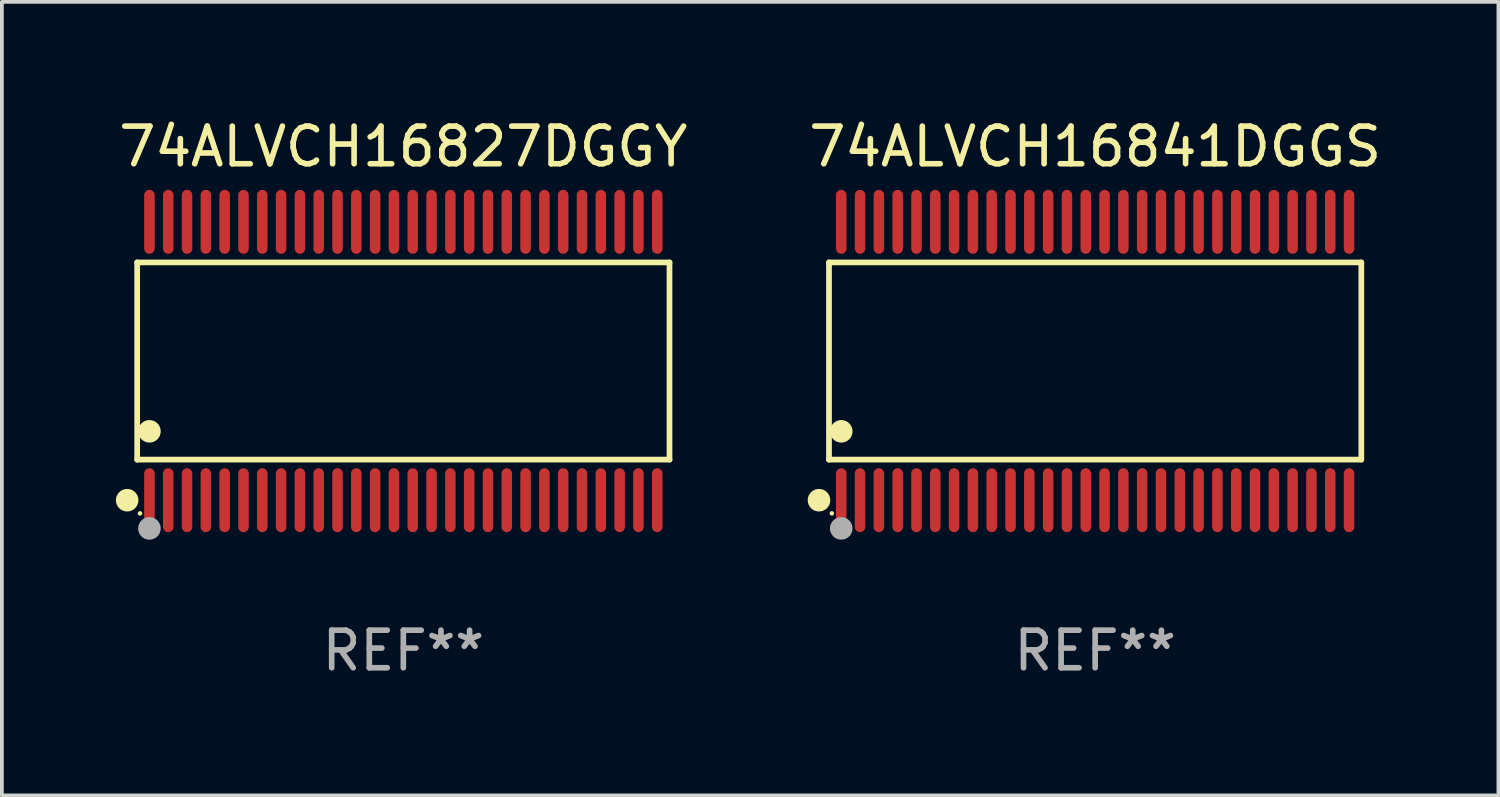
<source format=kicad_pcb>
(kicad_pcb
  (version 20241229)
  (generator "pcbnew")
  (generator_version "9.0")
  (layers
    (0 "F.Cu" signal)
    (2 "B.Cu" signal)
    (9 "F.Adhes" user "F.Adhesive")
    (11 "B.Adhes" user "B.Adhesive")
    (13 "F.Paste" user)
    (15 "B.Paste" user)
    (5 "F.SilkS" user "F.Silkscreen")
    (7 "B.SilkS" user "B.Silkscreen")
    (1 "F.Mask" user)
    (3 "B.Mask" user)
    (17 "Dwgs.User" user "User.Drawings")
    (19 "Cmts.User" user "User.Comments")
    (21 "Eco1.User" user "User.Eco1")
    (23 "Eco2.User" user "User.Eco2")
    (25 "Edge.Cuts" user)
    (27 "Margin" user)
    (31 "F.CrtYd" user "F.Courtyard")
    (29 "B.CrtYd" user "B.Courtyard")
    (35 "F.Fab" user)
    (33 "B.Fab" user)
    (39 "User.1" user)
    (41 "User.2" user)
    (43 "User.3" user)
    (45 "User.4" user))
  (footprint "74ALVCH16827DGGY"
    (layer "F.Cu")
    (at 7.673 6.548)
    (property "Reference" "74ALVCH16827DGGY" (at 0 -5.7 0) (layer "F.SilkS") (effects (font (size 1 1) (thickness 0.15))))
    (attr through_hole)
    (fp_line (start -7.076 -2.621) (end 7.076 -2.621) (stroke (width 0.152) (type solid)) (layer "F.SilkS"))
    (fp_line (start -7.076 2.621) (end -7.076 -2.621) (stroke (width 0.152) (type solid)) (layer "F.SilkS"))
    (fp_line (start 7.076 -2.621) (end 7.076 2.621) (stroke (width 0.152) (type solid)) (layer "F.SilkS"))
    (fp_line (start 7.076 2.621) (end -7.076 2.621) (stroke (width 0.152) (type solid)) (layer "F.SilkS"))
    (fp_circle (center -7.342 3.7) (end -7.192 3.7) (stroke (width 0.3) (type solid)) (fill no) (layer "F.SilkS"))
    (fp_circle (center -7 4.05) (end -6.97 4.05) (stroke (width 0.06) (type solid)) (fill no) (layer "F.SilkS"))
    (fp_circle (center -6.75 1.869) (end -6.6 1.869) (stroke (width 0.3) (type solid)) (fill no) (layer "F.SilkS"))
    (fp_circle (center -6.75 4.45) (end -6.6 4.45) (stroke (width 0.3) (type solid)) (fill no) (layer "F.Fab"))
    (fp_text user "REF**" (at 0 7.7 0) (layer "F.Fab") (effects (font (size 1 1) (thickness 0.15))))
    (pad "1" smd oval (at -6.75 3.7) (size 0.28 1.7) (layers "F.Cu" "F.Mask" "F.Paste"))
    (pad "2" smd oval (at -6.25 3.7) (size 0.28 1.7) (layers "F.Cu" "F.Mask" "F.Paste"))
    (pad "3" smd oval (at -5.75 3.7) (size 0.28 1.7) (layers "F.Cu" "F.Mask" "F.Paste"))
    (pad "4" smd oval (at -5.25 3.7) (size 0.28 1.7) (layers "F.Cu" "F.Mask" "F.Paste"))
    (pad "5" smd oval (at -4.75 3.7) (size 0.28 1.7) (layers "F.Cu" "F.Mask" "F.Paste"))
    (pad "6" smd oval (at -4.25 3.7) (size 0.28 1.7) (layers "F.Cu" "F.Mask" "F.Paste"))
    (pad "7" smd oval (at -3.75 3.7) (size 0.28 1.7) (layers "F.Cu" "F.Mask" "F.Paste"))
    (pad "8" smd oval (at -3.25 3.7) (size 0.28 1.7) (layers "F.Cu" "F.Mask" "F.Paste"))
    (pad "9" smd oval (at -2.75 3.7) (size 0.28 1.7) (layers "F.Cu" "F.Mask" "F.Paste"))
    (pad "10" smd oval (at -2.25 3.7) (size 0.28 1.7) (layers "F.Cu" "F.Mask" "F.Paste"))
    (pad "11" smd oval (at -1.75 3.7) (size 0.28 1.7) (layers "F.Cu" "F.Mask" "F.Paste"))
    (pad "12" smd oval (at -1.25 3.7) (size 0.28 1.7) (layers "F.Cu" "F.Mask" "F.Paste"))
    (pad "13" smd oval (at -0.75 3.7) (size 0.28 1.7) (layers "F.Cu" "F.Mask" "F.Paste"))
    (pad "14" smd oval (at -0.25 3.7) (size 0.28 1.7) (layers "F.Cu" "F.Mask" "F.Paste"))
    (pad "15" smd oval (at 0.25 3.7) (size 0.28 1.7) (layers "F.Cu" "F.Mask" "F.Paste"))
    (pad "16" smd oval (at 0.75 3.7) (size 0.28 1.7) (layers "F.Cu" "F.Mask" "F.Paste"))
    (pad "17" smd oval (at 1.25 3.7) (size 0.28 1.7) (layers "F.Cu" "F.Mask" "F.Paste"))
    (pad "18" smd oval (at 1.75 3.7) (size 0.28 1.7) (layers "F.Cu" "F.Mask" "F.Paste"))
    (pad "19" smd oval (at 2.25 3.7) (size 0.28 1.7) (layers "F.Cu" "F.Mask" "F.Paste"))
    (pad "20" smd oval (at 2.75 3.7) (size 0.28 1.7) (layers "F.Cu" "F.Mask" "F.Paste"))
    (pad "21" smd oval (at 3.25 3.7) (size 0.28 1.7) (layers "F.Cu" "F.Mask" "F.Paste"))
    (pad "22" smd oval (at 3.75 3.7) (size 0.28 1.7) (layers "F.Cu" "F.Mask" "F.Paste"))
    (pad "23" smd oval (at 4.25 3.7) (size 0.28 1.7) (layers "F.Cu" "F.Mask" "F.Paste"))
    (pad "24" smd oval (at 4.75 3.7) (size 0.28 1.7) (layers "F.Cu" "F.Mask" "F.Paste"))
    (pad "25" smd oval (at 5.25 3.7) (size 0.28 1.7) (layers "F.Cu" "F.Mask" "F.Paste"))
    (pad "26" smd oval (at 5.75 3.7) (size 0.28 1.7) (layers "F.Cu" "F.Mask" "F.Paste"))
    (pad "27" smd oval (at 6.25 3.7) (size 0.28 1.7) (layers "F.Cu" "F.Mask" "F.Paste"))
    (pad "28" smd oval (at 6.75 3.7) (size 0.28 1.7) (layers "F.Cu" "F.Mask" "F.Paste"))
    (pad "29" smd oval (at 6.75 -3.7) (size 0.28 1.7) (layers "F.Cu" "F.Mask" "F.Paste"))
    (pad "30" smd oval (at 6.25 -3.7) (size 0.28 1.7) (layers "F.Cu" "F.Mask" "F.Paste"))
    (pad "31" smd oval (at 5.75 -3.7) (size 0.28 1.7) (layers "F.Cu" "F.Mask" "F.Paste"))
    (pad "32" smd oval (at 5.25 -3.7) (size 0.28 1.7) (layers "F.Cu" "F.Mask" "F.Paste"))
    (pad "33" smd oval (at 4.75 -3.7) (size 0.28 1.7) (layers "F.Cu" "F.Mask" "F.Paste"))
    (pad "34" smd oval (at 4.25 -3.7) (size 0.28 1.7) (layers "F.Cu" "F.Mask" "F.Paste"))
    (pad "35" smd oval (at 3.75 -3.7) (size 0.28 1.7) (layers "F.Cu" "F.Mask" "F.Paste"))
    (pad "36" smd oval (at 3.25 -3.7) (size 0.28 1.7) (layers "F.Cu" "F.Mask" "F.Paste"))
    (pad "37" smd oval (at 2.75 -3.7) (size 0.28 1.7) (layers "F.Cu" "F.Mask" "F.Paste"))
    (pad "38" smd oval (at 2.25 -3.7) (size 0.28 1.7) (layers "F.Cu" "F.Mask" "F.Paste"))
    (pad "39" smd oval (at 1.75 -3.7) (size 0.28 1.7) (layers "F.Cu" "F.Mask" "F.Paste"))
    (pad "40" smd oval (at 1.25 -3.7) (size 0.28 1.7) (layers "F.Cu" "F.Mask" "F.Paste"))
    (pad "41" smd oval (at 0.75 -3.7) (size 0.28 1.7) (layers "F.Cu" "F.Mask" "F.Paste"))
    (pad "42" smd oval (at 0.25 -3.7) (size 0.28 1.7) (layers "F.Cu" "F.Mask" "F.Paste"))
    (pad "43" smd oval (at -0.25 -3.7) (size 0.28 1.7) (layers "F.Cu" "F.Mask" "F.Paste"))
    (pad "44" smd oval (at -0.75 -3.7) (size 0.28 1.7) (layers "F.Cu" "F.Mask" "F.Paste"))
    (pad "45" smd oval (at -1.25 -3.7) (size 0.28 1.7) (layers "F.Cu" "F.Mask" "F.Paste"))
    (pad "46" smd oval (at -1.75 -3.7) (size 0.28 1.7) (layers "F.Cu" "F.Mask" "F.Paste"))
    (pad "47" smd oval (at -2.25 -3.7) (size 0.28 1.7) (layers "F.Cu" "F.Mask" "F.Paste"))
    (pad "48" smd oval (at -2.75 -3.7) (size 0.28 1.7) (layers "F.Cu" "F.Mask" "F.Paste"))
    (pad "49" smd oval (at -3.25 -3.7) (size 0.28 1.7) (layers "F.Cu" "F.Mask" "F.Paste"))
    (pad "50" smd oval (at -3.75 -3.7) (size 0.28 1.7) (layers "F.Cu" "F.Mask" "F.Paste"))
    (pad "51" smd oval (at -4.25 -3.7) (size 0.28 1.7) (layers "F.Cu" "F.Mask" "F.Paste"))
    (pad "52" smd oval (at -4.75 -3.7) (size 0.28 1.7) (layers "F.Cu" "F.Mask" "F.Paste"))
    (pad "53" smd oval (at -5.25 -3.7) (size 0.28 1.7) (layers "F.Cu" "F.Mask" "F.Paste"))
    (pad "54" smd oval (at -5.75 -3.7) (size 0.28 1.7) (layers "F.Cu" "F.Mask" "F.Paste"))
    (pad "55" smd oval (at -6.25 -3.7) (size 0.28 1.7) (layers "F.Cu" "F.Mask" "F.Paste"))
    (pad "56" smd oval (at -6.75 -3.7) (size 0.28 1.7) (layers "F.Cu" "F.Mask" "F.Paste")))
  (footprint "74ALVCH16841DGGS"
    (layer "F.Cu")
    (at 26.065 6.548)
    (property "Reference" "74ALVCH16841DGGS" (at 0 -5.7 0) (layer "F.SilkS") (effects (font (size 1 1) (thickness 0.15))))
    (attr through_hole)
    (fp_line (start -7.076 -2.621) (end 7.076 -2.621) (stroke (width 0.152) (type solid)) (layer "F.SilkS"))
    (fp_line (start -7.076 2.621) (end -7.076 -2.621) (stroke (width 0.152) (type solid)) (layer "F.SilkS"))
    (fp_line (start 7.076 -2.621) (end 7.076 2.621) (stroke (width 0.152) (type solid)) (layer "F.SilkS"))
    (fp_line (start 7.076 2.621) (end -7.076 2.621) (stroke (width 0.152) (type solid)) (layer "F.SilkS"))
    (fp_circle (center -7.342 3.7) (end -7.192 3.7) (stroke (width 0.3) (type solid)) (fill no) (layer "F.SilkS"))
    (fp_circle (center -7 4.05) (end -6.97 4.05) (stroke (width 0.06) (type solid)) (fill no) (layer "F.SilkS"))
    (fp_circle (center -6.75 1.869) (end -6.6 1.869) (stroke (width 0.3) (type solid)) (fill no) (layer "F.SilkS"))
    (fp_circle (center -6.75 4.45) (end -6.6 4.45) (stroke (width 0.3) (type solid)) (fill no) (layer "F.Fab"))
    (fp_text user "REF**" (at 0 7.7 0) (layer "F.Fab") (effects (font (size 1 1) (thickness 0.15))))
    (pad "1" smd oval (at -6.75 3.7) (size 0.28 1.7) (layers "F.Cu" "F.Mask" "F.Paste"))
    (pad "2" smd oval (at -6.25 3.7) (size 0.28 1.7) (layers "F.Cu" "F.Mask" "F.Paste"))
    (pad "3" smd oval (at -5.75 3.7) (size 0.28 1.7) (layers "F.Cu" "F.Mask" "F.Paste"))
    (pad "4" smd oval (at -5.25 3.7) (size 0.28 1.7) (layers "F.Cu" "F.Mask" "F.Paste"))
    (pad "5" smd oval (at -4.75 3.7) (size 0.28 1.7) (layers "F.Cu" "F.Mask" "F.Paste"))
    (pad "6" smd oval (at -4.25 3.7) (size 0.28 1.7) (layers "F.Cu" "F.Mask" "F.Paste"))
    (pad "7" smd oval (at -3.75 3.7) (size 0.28 1.7) (layers "F.Cu" "F.Mask" "F.Paste"))
    (pad "8" smd oval (at -3.25 3.7) (size 0.28 1.7) (layers "F.Cu" "F.Mask" "F.Paste"))
    (pad "9" smd oval (at -2.75 3.7) (size 0.28 1.7) (layers "F.Cu" "F.Mask" "F.Paste"))
    (pad "10" smd oval (at -2.25 3.7) (size 0.28 1.7) (layers "F.Cu" "F.Mask" "F.Paste"))
    (pad "11" smd oval (at -1.75 3.7) (size 0.28 1.7) (layers "F.Cu" "F.Mask" "F.Paste"))
    (pad "12" smd oval (at -1.25 3.7) (size 0.28 1.7) (layers "F.Cu" "F.Mask" "F.Paste"))
    (pad "13" smd oval (at -0.75 3.7) (size 0.28 1.7) (layers "F.Cu" "F.Mask" "F.Paste"))
    (pad "14" smd oval (at -0.25 3.7) (size 0.28 1.7) (layers "F.Cu" "F.Mask" "F.Paste"))
    (pad "15" smd oval (at 0.25 3.7) (size 0.28 1.7) (layers "F.Cu" "F.Mask" "F.Paste"))
    (pad "16" smd oval (at 0.75 3.7) (size 0.28 1.7) (layers "F.Cu" "F.Mask" "F.Paste"))
    (pad "17" smd oval (at 1.25 3.7) (size 0.28 1.7) (layers "F.Cu" "F.Mask" "F.Paste"))
    (pad "18" smd oval (at 1.75 3.7) (size 0.28 1.7) (layers "F.Cu" "F.Mask" "F.Paste"))
    (pad "19" smd oval (at 2.25 3.7) (size 0.28 1.7) (layers "F.Cu" "F.Mask" "F.Paste"))
    (pad "20" smd oval (at 2.75 3.7) (size 0.28 1.7) (layers "F.Cu" "F.Mask" "F.Paste"))
    (pad "21" smd oval (at 3.25 3.7) (size 0.28 1.7) (layers "F.Cu" "F.Mask" "F.Paste"))
    (pad "22" smd oval (at 3.75 3.7) (size 0.28 1.7) (layers "F.Cu" "F.Mask" "F.Paste"))
    (pad "23" smd oval (at 4.25 3.7) (size 0.28 1.7) (layers "F.Cu" "F.Mask" "F.Paste"))
    (pad "24" smd oval (at 4.75 3.7) (size 0.28 1.7) (layers "F.Cu" "F.Mask" "F.Paste"))
    (pad "25" smd oval (at 5.25 3.7) (size 0.28 1.7) (layers "F.Cu" "F.Mask" "F.Paste"))
    (pad "26" smd oval (at 5.75 3.7) (size 0.28 1.7) (layers "F.Cu" "F.Mask" "F.Paste"))
    (pad "27" smd oval (at 6.25 3.7) (size 0.28 1.7) (layers "F.Cu" "F.Mask" "F.Paste"))
    (pad "28" smd oval (at 6.75 3.7) (size 0.28 1.7) (layers "F.Cu" "F.Mask" "F.Paste"))
    (pad "29" smd oval (at 6.75 -3.7) (size 0.28 1.7) (layers "F.Cu" "F.Mask" "F.Paste"))
    (pad "30" smd oval (at 6.25 -3.7) (size 0.28 1.7) (layers "F.Cu" "F.Mask" "F.Paste"))
    (pad "31" smd oval (at 5.75 -3.7) (size 0.28 1.7) (layers "F.Cu" "F.Mask" "F.Paste"))
    (pad "32" smd oval (at 5.25 -3.7) (size 0.28 1.7) (layers "F.Cu" "F.Mask" "F.Paste"))
    (pad "33" smd oval (at 4.75 -3.7) (size 0.28 1.7) (layers "F.Cu" "F.Mask" "F.Paste"))
    (pad "34" smd oval (at 4.25 -3.7) (size 0.28 1.7) (layers "F.Cu" "F.Mask" "F.Paste"))
    (pad "35" smd oval (at 3.75 -3.7) (size 0.28 1.7) (layers "F.Cu" "F.Mask" "F.Paste"))
    (pad "36" smd oval (at 3.25 -3.7) (size 0.28 1.7) (layers "F.Cu" "F.Mask" "F.Paste"))
    (pad "37" smd oval (at 2.75 -3.7) (size 0.28 1.7) (layers "F.Cu" "F.Mask" "F.Paste"))
    (pad "38" smd oval (at 2.25 -3.7) (size 0.28 1.7) (layers "F.Cu" "F.Mask" "F.Paste"))
    (pad "39" smd oval (at 1.75 -3.7) (size 0.28 1.7) (layers "F.Cu" "F.Mask" "F.Paste"))
    (pad "40" smd oval (at 1.25 -3.7) (size 0.28 1.7) (layers "F.Cu" "F.Mask" "F.Paste"))
    (pad "41" smd oval (at 0.75 -3.7) (size 0.28 1.7) (layers "F.Cu" "F.Mask" "F.Paste"))
    (pad "42" smd oval (at 0.25 -3.7) (size 0.28 1.7) (layers "F.Cu" "F.Mask" "F.Paste"))
    (pad "43" smd oval (at -0.25 -3.7) (size 0.28 1.7) (layers "F.Cu" "F.Mask" "F.Paste"))
    (pad "44" smd oval (at -0.75 -3.7) (size 0.28 1.7) (layers "F.Cu" "F.Mask" "F.Paste"))
    (pad "45" smd oval (at -1.25 -3.7) (size 0.28 1.7) (layers "F.Cu" "F.Mask" "F.Paste"))
    (pad "46" smd oval (at -1.75 -3.7) (size 0.28 1.7) (layers "F.Cu" "F.Mask" "F.Paste"))
    (pad "47" smd oval (at -2.25 -3.7) (size 0.28 1.7) (layers "F.Cu" "F.Mask" "F.Paste"))
    (pad "48" smd oval (at -2.75 -3.7) (size 0.28 1.7) (layers "F.Cu" "F.Mask" "F.Paste"))
    (pad "49" smd oval (at -3.25 -3.7) (size 0.28 1.7) (layers "F.Cu" "F.Mask" "F.Paste"))
    (pad "50" smd oval (at -3.75 -3.7) (size 0.28 1.7) (layers "F.Cu" "F.Mask" "F.Paste"))
    (pad "51" smd oval (at -4.25 -3.7) (size 0.28 1.7) (layers "F.Cu" "F.Mask" "F.Paste"))
    (pad "52" smd oval (at -4.75 -3.7) (size 0.28 1.7) (layers "F.Cu" "F.Mask" "F.Paste"))
    (pad "53" smd oval (at -5.25 -3.7) (size 0.28 1.7) (layers "F.Cu" "F.Mask" "F.Paste"))
    (pad "54" smd oval (at -5.75 -3.7) (size 0.28 1.7) (layers "F.Cu" "F.Mask" "F.Paste"))
    (pad "55" smd oval (at -6.25 -3.7) (size 0.28 1.7) (layers "F.Cu" "F.Mask" "F.Paste"))
    (pad "56" smd oval (at -6.75 -3.7) (size 0.28 1.7) (layers "F.Cu" "F.Mask" "F.Paste")))
  (gr_rect
    (start -3 -3)
    (end 36.786 18.097)
    (stroke (width 0.1) (type default))
    (fill no)
    (layer "Edge.Cuts")))
</source>
